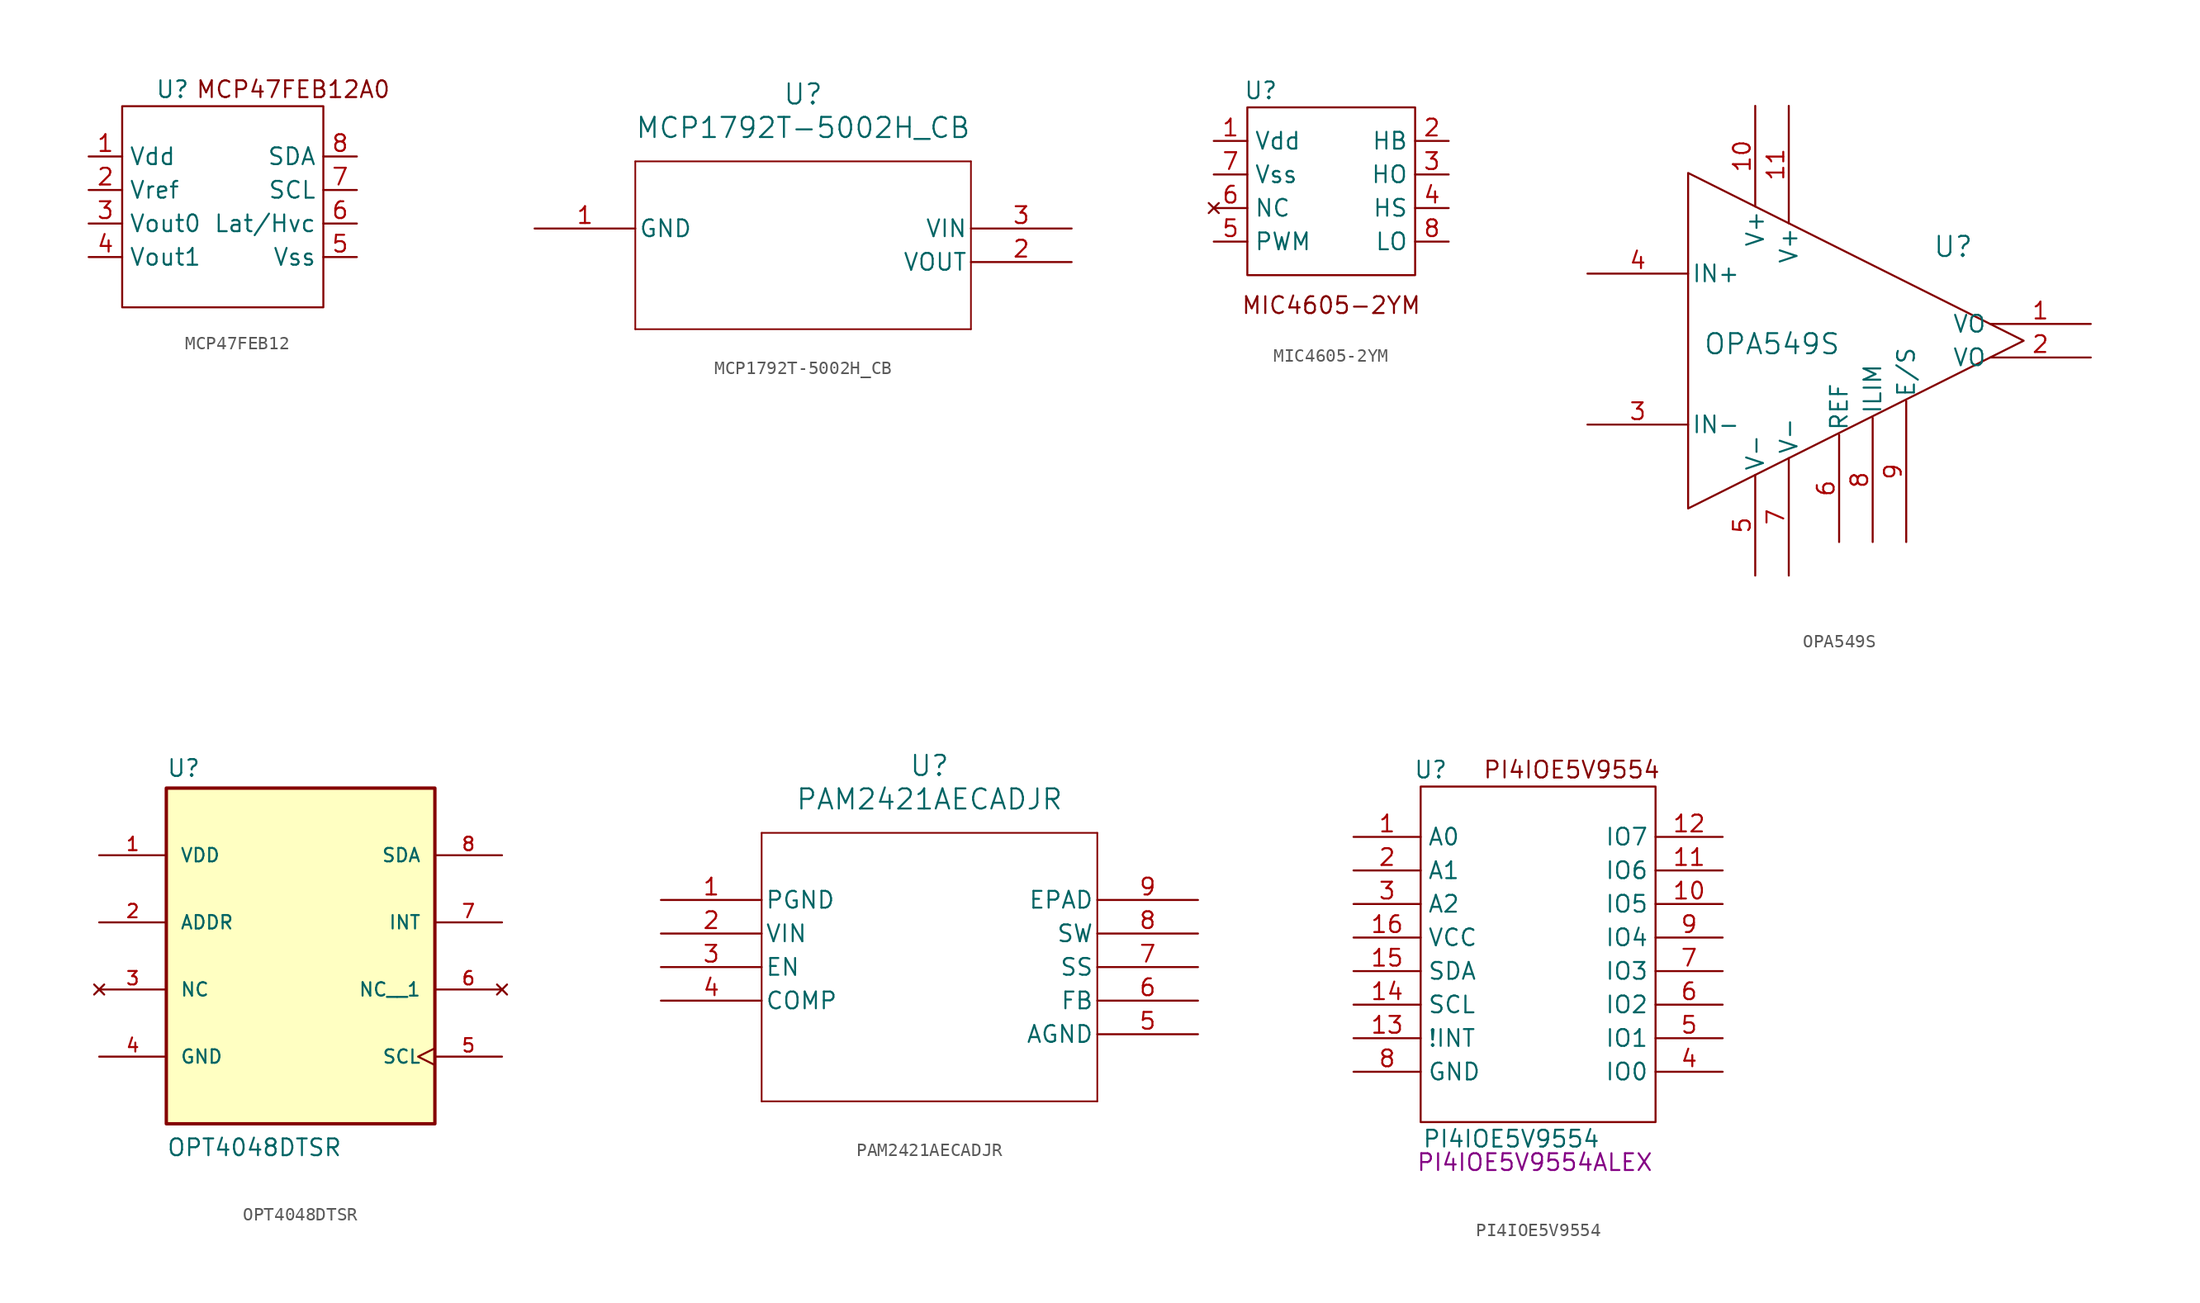
<source format=kicad_sym>
(kicad_symbol_lib
  (version 20241209)
  (generator "kicad_symbol_editor")
  (generator_version "9.0")
  (symbol "MCP47FEB12"
    (property "Reference" "U"
      (at -3.81 8.89 0)
      (effects (font (size 1.27 1.27))))
    (property "Value" ""
      (at 2.54 0 0)
      (effects (font (size 1.27 1.27))))
    (symbol "MCP47FEB12_0_1"
      (rectangle (start -7.62 7.62) (end 7.62 -7.62) (stroke (width 0) (type default)) (fill (type none))))
    (symbol "MCP47FEB12_1_1"
      (text "MCP47FEB12A0\n" (at 5.334 8.89 0) (effects (font (size 1.27 1.27))))
      (pin power_in line (at -10.16 3.81 0) (length 2.54) (name "Vdd" (effects (font (size 1.27 1.27)))) (number "1" (effects (font (size 1.27 1.27)))))
      (pin bidirectional line (at -10.16 1.27 0) (length 2.54) (name "Vref" (effects (font (size 1.27 1.27)))) (number "2" (effects (font (size 1.27 1.27)))))
      (pin output line (at -10.16 -1.27 0) (length 2.54) (name "Vout0" (effects (font (size 1.27 1.27)))) (number "3" (effects (font (size 1.27 1.27)))))
      (pin output line (at -10.16 -3.81 0) (length 2.54) (name "Vout1" (effects (font (size 1.27 1.27)))) (number "4" (effects (font (size 1.27 1.27)))))
      (pin bidirectional line (at 10.16 3.81 180) (length 2.54) (name "SDA" (effects (font (size 1.27 1.27)))) (number "8" (effects (font (size 1.27 1.27)))))
      (pin input line (at 10.16 1.27 180) (length 2.54) (name "SCL" (effects (font (size 1.27 1.27)))) (number "7" (effects (font (size 1.27 1.27)))))
      (pin bidirectional line (at 10.16 -1.27 180) (length 2.54) (name "Lat/Hvc" (effects (font (size 1.27 1.27)))) (number "6" (effects (font (size 1.27 1.27)))))
      (pin power_in line (at 10.16 -3.81 180) (length 2.54) (name "Vss" (effects (font (size 1.27 1.27)))) (number "5" (effects (font (size 1.27 1.27)))))))
  (symbol "MCP1792T-5002H_CB"
    (pin_names
      (offset 0.254))
    (property "Reference" "U"
      (at 20.32 10.16 0)
      (effects (font (size 1.524 1.524))))
    (property "Value" "MCP1792T-5002H_CB"
      (at 20.32 7.62 0)
      (effects (font (size 1.524 1.524))))
    (property "ki_locked" ""
      (at 0 0 0)
      (effects (font (size 1.27 1.27))))
    (symbol "MCP1792T-5002H_CB_0_1"
      (polyline (pts (xy 7.62 5.08) (xy 7.62 -7.62)) (stroke (width 0.127) (type default)) (fill (type none)))
      (polyline (pts (xy 7.62 -7.62) (xy 33.02 -7.62)) (stroke (width 0.127) (type default)) (fill (type none)))
      (polyline (pts (xy 33.02 5.08) (xy 7.62 5.08)) (stroke (width 0.127) (type default)) (fill (type none)))
      (polyline (pts (xy 33.02 -7.62) (xy 33.02 5.08)) (stroke (width 0.127) (type default)) (fill (type none)))
      (pin power_out line (at 0 0 0) (length 7.62) (name "GND" (effects (font (size 1.27 1.27)))) (number "1" (effects (font (size 1.27 1.27)))))
      (pin power_in line (at 40.64 0 180) (length 7.62) (name "VIN" (effects (font (size 1.27 1.27)))) (number "3" (effects (font (size 1.27 1.27)))))
      (pin output line (at 40.64 -2.54 180) (length 7.62) (name "VOUT" (effects (font (size 1.27 1.27)))) (number "2" (effects (font (size 1.27 1.27)))))))
  (symbol "MIC4605-2YM"
    (property "Reference" "U"
      (at -5.334 7.62 0)
      (effects (font (size 1.27 1.27))))
    (property "Value" ""
      (at 0 0 0)
      (effects (font (size 1.27 1.27))))
    (symbol "MIC4605-2YM_0_1"
      (rectangle (start -6.35 6.35) (end 6.35 -6.35) (stroke (width 0) (type default)) (fill (type none))))
    (symbol "MIC4605-2YM_1_1"
      (text "MIC4605-2YM" (at 0 -8.636 0) (effects (font (size 1.27 1.27))))
      (pin power_in line (at -8.89 3.81 0) (length 2.54) (name "Vdd" (effects (font (size 1.27 1.27)))) (number "1" (effects (font (size 1.27 1.27)))))
      (pin power_in line (at -8.89 1.27 0) (length 2.54) (name "Vss" (effects (font (size 1.27 1.27)))) (number "7" (effects (font (size 1.27 1.27)))))
      (pin no_connect line (at -8.89 -1.27 0) (length 2.54) (name "NC" (effects (font (size 1.27 1.27)))) (number "6" (effects (font (size 1.27 1.27)))))
      (pin input line (at -8.89 -3.81 0) (length 2.54) (name "PWM" (effects (font (size 1.27 1.27)))) (number "5" (effects (font (size 1.27 1.27)))))
      (pin bidirectional line (at 8.89 3.81 180) (length 2.54) (name "HB" (effects (font (size 1.27 1.27)))) (number "2" (effects (font (size 1.27 1.27)))))
      (pin output line (at 8.89 1.27 180) (length 2.54) (name "HO" (effects (font (size 1.27 1.27)))) (number "3" (effects (font (size 1.27 1.27)))))
      (pin input line (at 8.89 -1.27 180) (length 2.54) (name "HS" (effects (font (size 1.27 1.27)))) (number "4" (effects (font (size 1.27 1.27)))))
      (pin output line (at 8.89 -3.81 180) (length 2.54) (name "LO" (effects (font (size 1.27 1.27)))) (number "8" (effects (font (size 1.27 1.27)))))))
  (symbol "OPA549S"
    (pin_names
      (offset 0.254))
    (property "Reference" "U"
      (at 12.446 7.112 0)
      (effects (font (size 1.524 1.524))))
    (property "Value" "OPA549S"
      (at -1.27 -0.254 0)
      (effects (font (size 1.524 1.524))))
    (property "ki_locked" ""
      (at 0 0 0)
      (effects (font (size 1.27 1.27))))
    (symbol "OPA549S_0_1"
      (pin input line (at -15.24 5.08 0) (length 7.62) (name "IN+" (effects (font (size 1.27 1.27)))) (number "4" (effects (font (size 1.27 1.27)))))
      (pin input line (at -15.24 -6.35 0) (length 7.62) (name "IN-" (effects (font (size 1.27 1.27)))) (number "3" (effects (font (size 1.27 1.27)))))
      (pin power_in line (at -2.54 17.78 270) (length 7.62) (name "V+" (effects (font (size 1.27 1.27)))) (number "10" (effects (font (size 1.27 1.27)))))
      (pin power_in line (at -2.54 -17.78 90) (length 7.62) (name "V-" (effects (font (size 1.27 1.27)))) (number "5" (effects (font (size 1.27 1.27)))))
      (pin output line (at 22.86 1.27 180) (length 7.62) (name "VO" (effects (font (size 1.27 1.27)))) (number "1" (effects (font (size 1.27 1.27)))))
      (pin output line (at 22.86 -1.27 180) (length 7.62) (name "VO" (effects (font (size 1.27 1.27)))) (number "2" (effects (font (size 1.27 1.27))))))
    (symbol "OPA549S_1_1"
      (polyline (pts (xy -7.62 12.7) (xy 17.78 0) (xy -7.62 -12.7) (xy -7.62 12.7)) (stroke (width 0) (type default)) (fill (type none)))
      (pin power_in line (at 0 17.78 270) (length 8.89) (name "V+" (effects (font (size 1.27 1.27)))) (number "11" (effects (font (size 1.27 1.27)))))
      (pin power_in line (at 0 -17.78 90) (length 8.89) (name "V-" (effects (font (size 1.27 1.27)))) (number "7" (effects (font (size 1.27 1.27)))))
      (pin power_in line (at 3.81 -15.24 90) (length 8.128) (name "REF" (effects (font (size 1.27 1.27)))) (number "6" (effects (font (size 1.27 1.27)))))
      (pin unspecified line (at 6.35 -15.24 90) (length 9.398) (name "ILIM" (effects (font (size 1.27 1.27)))) (number "8" (effects (font (size 1.27 1.27)))))
      (pin unspecified line (at 8.89 -15.24 90) (length 10.668) (name "E/S" (effects (font (size 1.27 1.27)))) (number "9" (effects (font (size 1.27 1.27)))))))
  (symbol "OPT4048DTSR"
    (pin_names
      (offset 1.016))
    (property "Reference" "U"
      (at -10.16 10.922 0)
      (effects (font (size 1.27 1.27)) (justify left bottom)))
    (property "Value" "OPT4048DTSR"
      (at -10.16 -17.78 0)
      (effects (font (size 1.27 1.27)) (justify left bottom)))
    (symbol "OPT4048DTSR_0_0"
      (rectangle (start -10.16 -15.24) (end 10.16 10.16) (stroke (width 0.254) (type default)) (fill (type background)))
      (pin input line (at -15.24 0 0) (length 5.08) (name "ADDR" (effects (font (size 1.016 1.016)))) (number "2" (effects (font (size 1.016 1.016)))))
      (pin no_connect line (at -15.24 -5.08 0) (length 5.08) (name "NC" (effects (font (size 1.016 1.016)))) (number "3" (effects (font (size 1.016 1.016)))))
      (pin power_in line (at -15.24 -10.16 0) (length 5.08) (name "GND" (effects (font (size 1.016 1.016)))) (number "4" (effects (font (size 1.016 1.016)))))
      (pin bidirectional line (at 15.24 5.08 180) (length 5.08) (name "SDA" (effects (font (size 1.016 1.016)))) (number "8" (effects (font (size 1.016 1.016)))))
      (pin bidirectional line (at 15.24 0 180) (length 5.08) (name "INT" (effects (font (size 1.016 1.016)))) (number "7" (effects (font (size 1.016 1.016)))))
      (pin no_connect line (at 15.24 -5.08 180) (length 5.08) (name "NC__1" (effects (font (size 1.016 1.016)))) (number "6" (effects (font (size 1.016 1.016)))))
      (pin input clock (at 15.24 -10.16 180) (length 5.08) (name "SCL" (effects (font (size 1.016 1.016)))) (number "5" (effects (font (size 1.016 1.016))))))
    (symbol "OPT4048DTSR_1_0"
      (pin power_in line (at -15.24 5.08 0) (length 5.08) (name "VDD" (effects (font (size 1.016 1.016)))) (number "1" (effects (font (size 1.016 1.016)))))))
  (symbol "PAM2421AECADJR"
    (pin_names
      (offset 0.254))
    (property "Reference" "U"
      (at 20.32 10.16 0)
      (effects (font (size 1.524 1.524))))
    (property "Value" "PAM2421AECADJR"
      (at 20.32 7.62 0)
      (effects (font (size 1.524 1.524))))
    (property "ki_locked" ""
      (at 0 0 0)
      (effects (font (size 1.27 1.27))))
    (symbol "PAM2421AECADJR_0_1"
      (polyline (pts (xy 7.62 5.08) (xy 7.62 -15.24)) (stroke (width 0.127) (type default)) (fill (type none)))
      (polyline (pts (xy 7.62 -15.24) (xy 33.02 -15.24)) (stroke (width 0.127) (type default)) (fill (type none)))
      (polyline (pts (xy 33.02 5.08) (xy 7.62 5.08)) (stroke (width 0.127) (type default)) (fill (type none)))
      (polyline (pts (xy 33.02 -15.24) (xy 33.02 5.08)) (stroke (width 0.127) (type default)) (fill (type none)))
      (pin unspecified line (at 0 -5.08 0) (length 7.62) (name "EN" (effects (font (size 1.27 1.27)))) (number "3" (effects (font (size 1.27 1.27)))))
      (pin unspecified line (at 0 -7.62 0) (length 7.62) (name "COMP" (effects (font (size 1.27 1.27)))) (number "4" (effects (font (size 1.27 1.27)))))
      (pin unspecified line (at 40.64 -2.54 180) (length 7.62) (name "SW" (effects (font (size 1.27 1.27)))) (number "8" (effects (font (size 1.27 1.27)))))
      (pin unspecified line (at 40.64 -5.08 180) (length 7.62) (name "SS" (effects (font (size 1.27 1.27)))) (number "7" (effects (font (size 1.27 1.27)))))
      (pin unspecified line (at 40.64 -7.62 180) (length 7.62) (name "FB" (effects (font (size 1.27 1.27)))) (number "6" (effects (font (size 1.27 1.27))))))
    (symbol "PAM2421AECADJR_1_1"
      (pin power_in line (at 0 0 0) (length 7.62) (name "PGND" (effects (font (size 1.27 1.27)))) (number "1" (effects (font (size 1.27 1.27)))))
      (pin passive line (at 0 -2.54 0) (length 7.62) (name "VIN" (effects (font (size 1.27 1.27)))) (number "2" (effects (font (size 1.27 1.27)))))
      (pin unspecified line (at 40.64 0 180) (length 7.62) (name "EPAD" (effects (font (size 1.27 1.27)))) (number "9" (effects (font (size 1.27 1.27)))))
      (pin power_out line (at 40.64 -10.16 180) (length 7.62) (name "AGND" (effects (font (size 1.27 1.27)))) (number "5" (effects (font (size 1.27 1.27)))))))
  (symbol "PI4IOE5V9554"
    (property "Reference" "U"
      (at -8.128 13.97 0)
      (effects (font (size 1.27 1.27))))
    (property "Value" "PI4IOE5V9554"
      (at -2.032 -13.97 0)
      (effects (font (size 1.27 1.27))))
    (property "mpn" "PI4IOE5V9554ALEX"
      (at -0.254 -15.748 0)
      (effects (font (size 1.27 1.27))))
    (symbol "PI4IOE5V9554_0_1"
      (rectangle (start -8.89 12.7) (end 8.89 -12.7) (stroke (width 0) (type default)) (fill (type none))))
    (symbol "PI4IOE5V9554_1_1"
      (text "PI4IOE5V9554\n" (at 2.54 13.97 0) (effects (font (size 1.27 1.27))))
      (pin input line (at -13.97 8.89 0) (length 5.08) (name "A0" (effects (font (size 1.27 1.27)))) (number "1" (effects (font (size 1.27 1.27)))))
      (pin input line (at -13.97 6.35 0) (length 5.08) (name "A1" (effects (font (size 1.27 1.27)))) (number "2" (effects (font (size 1.27 1.27)))))
      (pin input line (at -13.97 3.81 0) (length 5.08) (name "A2" (effects (font (size 1.27 1.27)))) (number "3" (effects (font (size 1.27 1.27)))))
      (pin power_in line (at -13.97 1.27 0) (length 5.08) (name "VCC" (effects (font (size 1.27 1.27)))) (number "16" (effects (font (size 1.27 1.27)))))
      (pin bidirectional line (at -13.97 -1.27 0) (length 5.08) (name "SDA" (effects (font (size 1.27 1.27)))) (number "15" (effects (font (size 1.27 1.27)))))
      (pin input line (at -13.97 -3.81 0) (length 5.08) (name "SCL" (effects (font (size 1.27 1.27)))) (number "14" (effects (font (size 1.27 1.27)))))
      (pin output line (at -13.97 -6.35 0) (length 5.08) (name "!INT" (effects (font (size 1.27 1.27)))) (number "13" (effects (font (size 1.27 1.27)))))
      (pin power_in line (at -13.97 -8.89 0) (length 5.08) (name "GND" (effects (font (size 1.27 1.27)))) (number "8" (effects (font (size 1.27 1.27)))))
      (pin bidirectional line (at 13.97 8.89 180) (length 5.08) (name "IO7" (effects (font (size 1.27 1.27)))) (number "12" (effects (font (size 1.27 1.27)))))
      (pin bidirectional line (at 13.97 6.35 180) (length 5.08) (name "IO6" (effects (font (size 1.27 1.27)))) (number "11" (effects (font (size 1.27 1.27)))))
      (pin bidirectional line (at 13.97 3.81 180) (length 5.08) (name "IO5" (effects (font (size 1.27 1.27)))) (number "10" (effects (font (size 1.27 1.27)))))
      (pin bidirectional line (at 13.97 1.27 180) (length 5.08) (name "IO4" (effects (font (size 1.27 1.27)))) (number "9" (effects (font (size 1.27 1.27)))))
      (pin bidirectional line (at 13.97 -1.27 180) (length 5.08) (name "IO3" (effects (font (size 1.27 1.27)))) (number "7" (effects (font (size 1.27 1.27)))))
      (pin bidirectional line (at 13.97 -3.81 180) (length 5.08) (name "IO2" (effects (font (size 1.27 1.27)))) (number "6" (effects (font (size 1.27 1.27)))))
      (pin bidirectional line (at 13.97 -6.35 180) (length 5.08) (name "IO1" (effects (font (size 1.27 1.27)))) (number "5" (effects (font (size 1.27 1.27)))))
      (pin bidirectional line (at 13.97 -8.89 180) (length 5.08) (name "IO0" (effects (font (size 1.27 1.27)))) (number "4" (effects (font (size 1.27 1.27))))))))
</source>
